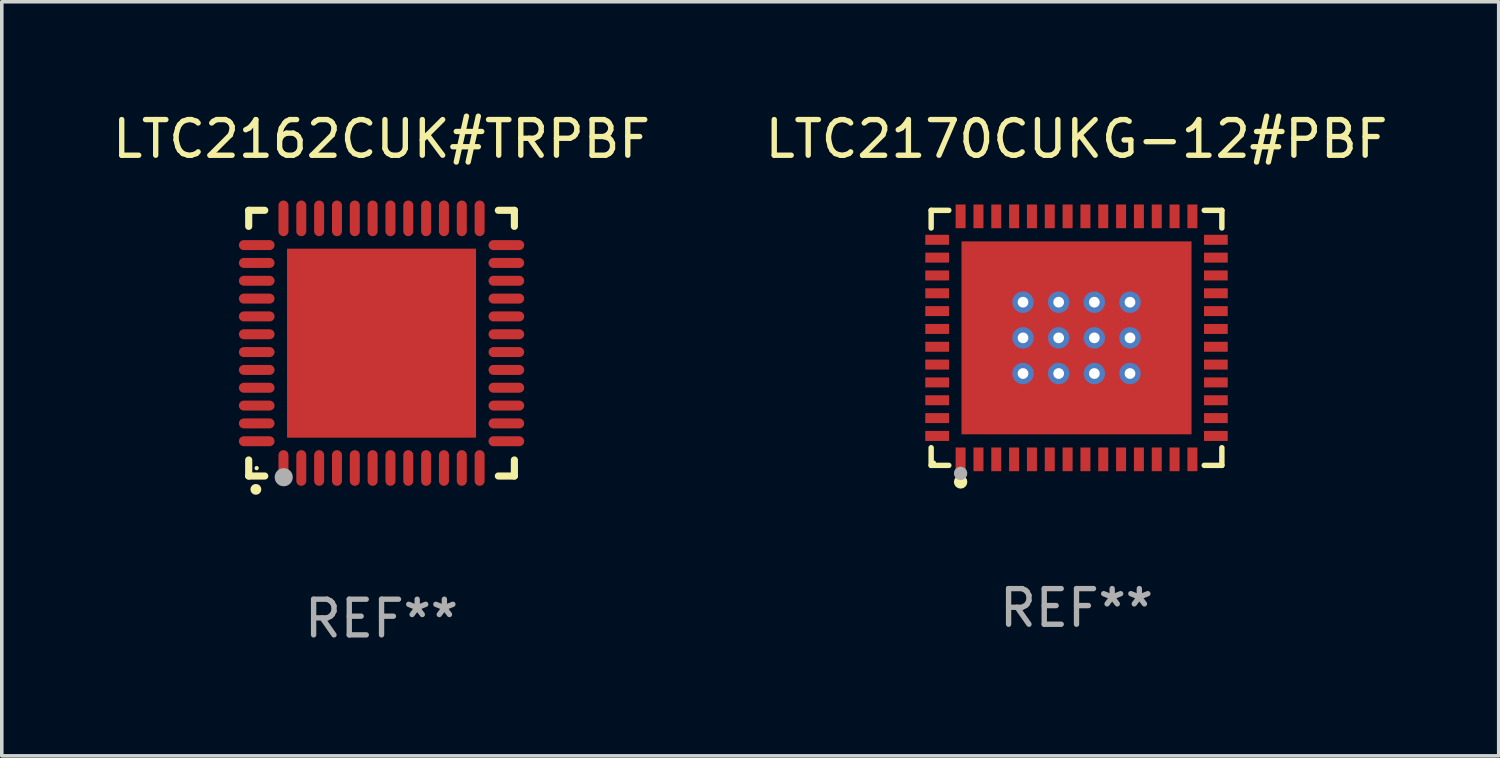
<source format=kicad_pcb>
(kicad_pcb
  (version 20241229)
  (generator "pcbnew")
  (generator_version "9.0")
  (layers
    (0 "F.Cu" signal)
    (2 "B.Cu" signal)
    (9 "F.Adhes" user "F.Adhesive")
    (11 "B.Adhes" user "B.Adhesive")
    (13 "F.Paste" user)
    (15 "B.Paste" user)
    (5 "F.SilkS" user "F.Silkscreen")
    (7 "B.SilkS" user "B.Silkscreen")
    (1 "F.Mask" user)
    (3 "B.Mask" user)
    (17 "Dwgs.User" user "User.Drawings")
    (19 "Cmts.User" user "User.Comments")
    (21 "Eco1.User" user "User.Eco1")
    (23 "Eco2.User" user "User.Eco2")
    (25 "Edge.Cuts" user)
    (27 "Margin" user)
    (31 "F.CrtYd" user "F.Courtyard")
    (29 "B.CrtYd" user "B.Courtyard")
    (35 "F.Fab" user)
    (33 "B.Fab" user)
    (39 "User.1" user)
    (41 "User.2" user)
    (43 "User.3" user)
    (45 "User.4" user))
  (footprint "LTC2170CUKG-12#PBF"
    (layer "F.Cu")
    (at 27.137 6.424)
    (property "Reference" "LTC2170CUKG-12#PBF" (at 0 -5.576 0) (layer "F.SilkS") (effects (font (size 1 1) (thickness 0.15))))
    (attr through_hole)
    (fp_line (start -4.076 -3.576) (end -3.581 -3.576) (stroke (width 0.152) (type solid)) (layer "F.SilkS"))
    (fp_line (start -4.076 -3.081) (end -4.076 -3.576) (stroke (width 0.152) (type solid)) (layer "F.SilkS"))
    (fp_line (start -4.076 3.081) (end -4.076 3.576) (stroke (width 0.152) (type solid)) (layer "F.SilkS"))
    (fp_line (start -4.076 3.576) (end -3.581 3.576) (stroke (width 0.152) (type solid)) (layer "F.SilkS"))
    (fp_line (start 4.076 -3.576) (end 3.581 -3.576) (stroke (width 0.152) (type solid)) (layer "F.SilkS"))
    (fp_line (start 4.076 -3.081) (end 4.076 -3.576) (stroke (width 0.152) (type solid)) (layer "F.SilkS"))
    (fp_line (start 4.076 3.081) (end 4.076 3.576) (stroke (width 0.152) (type solid)) (layer "F.SilkS"))
    (fp_line (start 4.076 3.576) (end 3.581 3.576) (stroke (width 0.152) (type solid)) (layer "F.SilkS"))
    (fp_circle (center -4 3.5) (end -3.97 3.5) (stroke (width 0.06) (type solid)) (fill no) (layer "F.SilkS"))
    (fp_circle (center -3.25 4.04) (end -3.156 4.04) (stroke (width 0.188) (type solid)) (fill no) (layer "F.SilkS"))
    (fp_circle (center -3.25 3.8) (end -3.156 3.8) (stroke (width 0.188) (type solid)) (fill no) (layer "F.Fab"))
    (fp_text user "REF**" (at 0 7.576 0) (layer "F.Fab") (effects (font (size 1 1) (thickness 0.15))))
    (pad "1" smd rect (at -3.25 3.407) (size 0.28 0.665) (layers "F.Cu" "F.Mask" "F.Paste"))
    (pad "2" smd rect (at -2.75 3.407) (size 0.28 0.665) (layers "F.Cu" "F.Mask" "F.Paste"))
    (pad "3" smd rect (at -2.25 3.407) (size 0.28 0.665) (layers "F.Cu" "F.Mask" "F.Paste"))
    (pad "4" smd rect (at -1.75 3.407) (size 0.28 0.665) (layers "F.Cu" "F.Mask" "F.Paste"))
    (pad "5" smd rect (at -1.25 3.407) (size 0.28 0.665) (layers "F.Cu" "F.Mask" "F.Paste"))
    (pad "6" smd rect (at -0.75 3.407) (size 0.28 0.665) (layers "F.Cu" "F.Mask" "F.Paste"))
    (pad "7" smd rect (at -0.25 3.407) (size 0.28 0.665) (layers "F.Cu" "F.Mask" "F.Paste"))
    (pad "8" smd rect (at 0.25 3.407) (size 0.28 0.665) (layers "F.Cu" "F.Mask" "F.Paste"))
    (pad "9" smd rect (at 0.75 3.407) (size 0.28 0.665) (layers "F.Cu" "F.Mask" "F.Paste"))
    (pad "10" smd rect (at 1.25 3.407) (size 0.28 0.665) (layers "F.Cu" "F.Mask" "F.Paste"))
    (pad "11" smd rect (at 1.75 3.407) (size 0.28 0.665) (layers "F.Cu" "F.Mask" "F.Paste"))
    (pad "12" smd rect (at 2.25 3.407) (size 0.28 0.665) (layers "F.Cu" "F.Mask" "F.Paste"))
    (pad "13" smd rect (at 2.75 3.407) (size 0.28 0.665) (layers "F.Cu" "F.Mask" "F.Paste"))
    (pad "14" smd rect (at 3.25 3.407) (size 0.28 0.665) (layers "F.Cu" "F.Mask" "F.Paste"))
    (pad "15" smd rect (at 3.908 2.75) (size 0.665 0.28) (layers "F.Cu" "F.Mask" "F.Paste"))
    (pad "16" smd rect (at 3.908 2.25) (size 0.665 0.28) (layers "F.Cu" "F.Mask" "F.Paste"))
    (pad "17" smd rect (at 3.908 1.75) (size 0.665 0.28) (layers "F.Cu" "F.Mask" "F.Paste"))
    (pad "18" smd rect (at 3.908 1.25) (size 0.665 0.28) (layers "F.Cu" "F.Mask" "F.Paste"))
    (pad "19" smd rect (at 3.908 0.75) (size 0.665 0.28) (layers "F.Cu" "F.Mask" "F.Paste"))
    (pad "20" smd rect (at 3.908 0.25) (size 0.665 0.28) (layers "F.Cu" "F.Mask" "F.Paste"))
    (pad "21" smd rect (at 3.908 -0.25) (size 0.665 0.28) (layers "F.Cu" "F.Mask" "F.Paste"))
    (pad "22" smd rect (at 3.908 -0.75) (size 0.665 0.28) (layers "F.Cu" "F.Mask" "F.Paste"))
    (pad "23" smd rect (at 3.908 -1.25) (size 0.665 0.28) (layers "F.Cu" "F.Mask" "F.Paste"))
    (pad "24" smd rect (at 3.908 -1.75) (size 0.665 0.28) (layers "F.Cu" "F.Mask" "F.Paste"))
    (pad "25" smd rect (at 3.908 -2.25) (size 0.665 0.28) (layers "F.Cu" "F.Mask" "F.Paste"))
    (pad "26" smd rect (at 3.908 -2.75) (size 0.665 0.28) (layers "F.Cu" "F.Mask" "F.Paste"))
    (pad "27" smd rect (at 3.25 -3.407) (size 0.28 0.665) (layers "F.Cu" "F.Mask" "F.Paste"))
    (pad "28" smd rect (at 2.75 -3.407) (size 0.28 0.665) (layers "F.Cu" "F.Mask" "F.Paste"))
    (pad "29" smd rect (at 2.25 -3.407) (size 0.28 0.665) (layers "F.Cu" "F.Mask" "F.Paste"))
    (pad "30" smd rect (at 1.75 -3.407) (size 0.28 0.665) (layers "F.Cu" "F.Mask" "F.Paste"))
    (pad "31" smd rect (at 1.25 -3.407) (size 0.28 0.665) (layers "F.Cu" "F.Mask" "F.Paste"))
    (pad "32" smd rect (at 0.75 -3.407) (size 0.28 0.665) (layers "F.Cu" "F.Mask" "F.Paste"))
    (pad "33" smd rect (at 0.25 -3.407) (size 0.28 0.665) (layers "F.Cu" "F.Mask" "F.Paste"))
    (pad "34" smd rect (at -0.25 -3.407) (size 0.28 0.665) (layers "F.Cu" "F.Mask" "F.Paste"))
    (pad "35" smd rect (at -0.75 -3.407) (size 0.28 0.665) (layers "F.Cu" "F.Mask" "F.Paste"))
    (pad "36" smd rect (at -1.25 -3.407) (size 0.28 0.665) (layers "F.Cu" "F.Mask" "F.Paste"))
    (pad "37" smd rect (at -1.75 -3.407) (size 0.28 0.665) (layers "F.Cu" "F.Mask" "F.Paste"))
    (pad "38" smd rect (at -2.25 -3.407) (size 0.28 0.665) (layers "F.Cu" "F.Mask" "F.Paste"))
    (pad "39" smd rect (at -2.75 -3.407) (size 0.28 0.665) (layers "F.Cu" "F.Mask" "F.Paste"))
    (pad "40" smd rect (at -3.25 -3.407) (size 0.28 0.665) (layers "F.Cu" "F.Mask" "F.Paste"))
    (pad "41" smd rect (at -3.908 -2.75) (size 0.665 0.28) (layers "F.Cu" "F.Mask" "F.Paste"))
    (pad "42" smd rect (at -3.908 -2.25) (size 0.665 0.28) (layers "F.Cu" "F.Mask" "F.Paste"))
    (pad "43" smd rect (at -3.908 -1.75) (size 0.665 0.28) (layers "F.Cu" "F.Mask" "F.Paste"))
    (pad "44" smd rect (at -3.908 -1.25) (size 0.665 0.28) (layers "F.Cu" "F.Mask" "F.Paste"))
    (pad "45" smd rect (at -3.908 -0.75) (size 0.665 0.28) (layers "F.Cu" "F.Mask" "F.Paste"))
    (pad "46" smd rect (at -3.908 -0.25) (size 0.665 0.28) (layers "F.Cu" "F.Mask" "F.Paste"))
    (pad "47" smd rect (at -3.908 0.25) (size 0.665 0.28) (layers "F.Cu" "F.Mask" "F.Paste"))
    (pad "48" smd rect (at -3.908 0.75) (size 0.665 0.28) (layers "F.Cu" "F.Mask" "F.Paste"))
    (pad "49" smd rect (at -3.908 1.25) (size 0.665 0.28) (layers "F.Cu" "F.Mask" "F.Paste"))
    (pad "50" smd rect (at -3.908 1.75) (size 0.665 0.28) (layers "F.Cu" "F.Mask" "F.Paste"))
    (pad "51" smd rect (at -3.908 2.25) (size 0.665 0.28) (layers "F.Cu" "F.Mask" "F.Paste"))
    (pad "52" smd rect (at -3.908 2.75) (size 0.665 0.28) (layers "F.Cu" "F.Mask" "F.Paste"))
    (pad "53" thru_hole circle (at -1.5 -1) (size 0.6 0.6) (drill 0.3) (layers "*.Cu" "*.Mask"))
    (pad "53" thru_hole circle (at -1.5 0) (size 0.6 0.6) (drill 0.3) (layers "*.Cu" "*.Mask"))
    (pad "53" thru_hole circle (at -1.5 1) (size 0.6 0.6) (drill 0.3) (layers "*.Cu" "*.Mask"))
    (pad "53" thru_hole circle (at -0.5 -1) (size 0.6 0.6) (drill 0.3) (layers "*.Cu" "*.Mask"))
    (pad "53" thru_hole circle (at -0.5 0) (size 0.6 0.6) (drill 0.3) (layers "*.Cu" "*.Mask"))
    (pad "53" thru_hole circle (at -0.5 1) (size 0.6 0.6) (drill 0.3) (layers "*.Cu" "*.Mask"))
    (pad "53" smd rect (at 0 0) (size 6.45 5.41) (layers "F.Cu" "F.Mask" "F.Paste"))
    (pad "53" thru_hole circle (at 0.5 -1) (size 0.6 0.6) (drill 0.3) (layers "*.Cu" "*.Mask"))
    (pad "53" thru_hole circle (at 0.5 0) (size 0.6 0.6) (drill 0.3) (layers "*.Cu" "*.Mask"))
    (pad "53" thru_hole circle (at 0.5 1) (size 0.6 0.6) (drill 0.3) (layers "*.Cu" "*.Mask"))
    (pad "53" thru_hole circle (at 1.5 -1) (size 0.6 0.6) (drill 0.3) (layers "*.Cu" "*.Mask"))
    (pad "53" thru_hole circle (at 1.5 0) (size 0.6 0.6) (drill 0.3) (layers "*.Cu" "*.Mask"))
    (pad "53" thru_hole circle (at 1.5 1) (size 0.6 0.6) (drill 0.3) (layers "*.Cu" "*.Mask")))
  (footprint "LTC2162CUK#TRPBF"
    (layer "F.Cu")
    (at 7.649 6.573)
    (property "Reference" "LTC2162CUK#TRPBF" (at 0 -5.725 0) (layer "F.SilkS") (effects (font (size 1 1) (thickness 0.15))))
    (attr through_hole)
    (fp_line (start -3.725 -3.725) (end -3.275 -3.725) (stroke (width 0.2) (type solid)) (layer "F.SilkS"))
    (fp_line (start -3.725 -3.275) (end -3.725 -3.725) (stroke (width 0.2) (type solid)) (layer "F.SilkS"))
    (fp_line (start -3.725 3.725) (end -3.725 3.275) (stroke (width 0.2) (type solid)) (layer "F.SilkS"))
    (fp_line (start -3.275 3.725) (end -3.725 3.725) (stroke (width 0.2) (type solid)) (layer "F.SilkS"))
    (fp_line (start 3.275 3.725) (end 3.725 3.725) (stroke (width 0.2) (type solid)) (layer "F.SilkS"))
    (fp_line (start 3.725 -3.725) (end 3.275 -3.725) (stroke (width 0.2) (type solid)) (layer "F.SilkS"))
    (fp_line (start 3.725 -3.275) (end 3.725 -3.725) (stroke (width 0.2) (type solid)) (layer "F.SilkS"))
    (fp_line (start 3.725 3.725) (end 3.725 3.275) (stroke (width 0.2) (type solid)) (layer "F.SilkS"))
    (fp_arc (start -3.525527 4.099568) (mid -3.524257 4.099563) (end -3.522987 4.099568) (stroke (width 0.3) (type solid)) (layer "F.SilkS"))
    (fp_circle (center -3.502 3.504) (end -3.472 3.504) (stroke (width 0.06) (type solid)) (fill no) (layer "F.SilkS"))
    (fp_circle (center -2.743 3.759) (end -2.616 3.759) (stroke (width 0.254) (type solid)) (fill no) (layer "F.Fab"))
    (fp_text user "REF**" (at 0 7.725 0) (layer "F.Fab") (effects (font (size 1 1) (thickness 0.15))))
    (pad "1" smd oval (at -2.75 3.5) (size 0.28 1) (layers "F.Cu" "F.Mask" "F.Paste"))
    (pad "2" smd oval (at -2.25 3.5) (size 0.28 1) (layers "F.Cu" "F.Mask" "F.Paste"))
    (pad "3" smd oval (at -1.75 3.5) (size 0.28 1) (layers "F.Cu" "F.Mask" "F.Paste"))
    (pad "4" smd oval (at -1.25 3.5) (size 0.28 1) (layers "F.Cu" "F.Mask" "F.Paste"))
    (pad "5" smd oval (at -0.75 3.5) (size 0.28 1) (layers "F.Cu" "F.Mask" "F.Paste"))
    (pad "6" smd oval (at -0.25 3.5) (size 0.28 1) (layers "F.Cu" "F.Mask" "F.Paste"))
    (pad "7" smd oval (at 0.25 3.5) (size 0.28 1) (layers "F.Cu" "F.Mask" "F.Paste"))
    (pad "8" smd oval (at 0.75 3.5) (size 0.28 1) (layers "F.Cu" "F.Mask" "F.Paste"))
    (pad "9" smd oval (at 1.25 3.5) (size 0.28 1) (layers "F.Cu" "F.Mask" "F.Paste"))
    (pad "10" smd oval (at 1.75 3.5) (size 0.28 1) (layers "F.Cu" "F.Mask" "F.Paste"))
    (pad "11" smd oval (at 2.25 3.5) (size 0.28 1) (layers "F.Cu" "F.Mask" "F.Paste"))
    (pad "12" smd oval (at 2.75 3.5) (size 0.28 1) (layers "F.Cu" "F.Mask" "F.Paste"))
    (pad "13" smd oval (at 3.5 2.75) (size 1 0.28) (layers "F.Cu" "F.Mask" "F.Paste"))
    (pad "14" smd oval (at 3.5 2.25) (size 1 0.28) (layers "F.Cu" "F.Mask" "F.Paste"))
    (pad "15" smd oval (at 3.5 1.75) (size 1 0.28) (layers "F.Cu" "F.Mask" "F.Paste"))
    (pad "16" smd oval (at 3.5 1.25) (size 1 0.28) (layers "F.Cu" "F.Mask" "F.Paste"))
    (pad "17" smd oval (at 3.5 0.75) (size 1 0.28) (layers "F.Cu" "F.Mask" "F.Paste"))
    (pad "18" smd oval (at 3.5 0.25) (size 1 0.28) (layers "F.Cu" "F.Mask" "F.Paste"))
    (pad "19" smd oval (at 3.5 -0.25) (size 1 0.28) (layers "F.Cu" "F.Mask" "F.Paste"))
    (pad "20" smd oval (at 3.5 -0.75) (size 1 0.28) (layers "F.Cu" "F.Mask" "F.Paste"))
    (pad "21" smd oval (at 3.5 -1.25) (size 1 0.28) (layers "F.Cu" "F.Mask" "F.Paste"))
    (pad "22" smd oval (at 3.5 -1.75) (size 1 0.28) (layers "F.Cu" "F.Mask" "F.Paste"))
    (pad "23" smd oval (at 3.5 -2.25) (size 1 0.28) (layers "F.Cu" "F.Mask" "F.Paste"))
    (pad "24" smd oval (at 3.5 -2.75) (size 1 0.28) (layers "F.Cu" "F.Mask" "F.Paste"))
    (pad "25" smd oval (at 2.75 -3.5) (size 0.28 1) (layers "F.Cu" "F.Mask" "F.Paste"))
    (pad "26" smd oval (at 2.25 -3.5) (size 0.28 1) (layers "F.Cu" "F.Mask" "F.Paste"))
    (pad "27" smd oval (at 1.75 -3.5) (size 0.28 1) (layers "F.Cu" "F.Mask" "F.Paste"))
    (pad "28" smd oval (at 1.25 -3.5) (size 0.28 1) (layers "F.Cu" "F.Mask" "F.Paste"))
    (pad "29" smd oval (at 0.75 -3.5) (size 0.28 1) (layers "F.Cu" "F.Mask" "F.Paste"))
    (pad "30" smd oval (at 0.25 -3.5) (size 0.28 1) (layers "F.Cu" "F.Mask" "F.Paste"))
    (pad "31" smd oval (at -0.25 -3.5) (size 0.28 1) (layers "F.Cu" "F.Mask" "F.Paste"))
    (pad "32" smd oval (at -0.75 -3.5) (size 0.28 1) (layers "F.Cu" "F.Mask" "F.Paste"))
    (pad "33" smd oval (at -1.25 -3.5) (size 0.28 1) (layers "F.Cu" "F.Mask" "F.Paste"))
    (pad "34" smd oval (at -1.75 -3.5) (size 0.28 1) (layers "F.Cu" "F.Mask" "F.Paste"))
    (pad "35" smd oval (at -2.25 -3.5) (size 0.28 1) (layers "F.Cu" "F.Mask" "F.Paste"))
    (pad "36" smd oval (at -2.75 -3.5) (size 0.28 1) (layers "F.Cu" "F.Mask" "F.Paste"))
    (pad "37" smd oval (at -3.5 -2.75) (size 1 0.28) (layers "F.Cu" "F.Mask" "F.Paste"))
    (pad "38" smd oval (at -3.5 -2.25) (size 1 0.28) (layers "F.Cu" "F.Mask" "F.Paste"))
    (pad "39" smd oval (at -3.5 -1.75) (size 1 0.28) (layers "F.Cu" "F.Mask" "F.Paste"))
    (pad "40" smd oval (at -3.5 -1.25) (size 1 0.28) (layers "F.Cu" "F.Mask" "F.Paste"))
    (pad "41" smd oval (at -3.5 -0.75) (size 1 0.28) (layers "F.Cu" "F.Mask" "F.Paste"))
    (pad "42" smd oval (at -3.5 -0.25) (size 1 0.28) (layers "F.Cu" "F.Mask" "F.Paste"))
    (pad "43" smd oval (at -3.5 0.25) (size 1 0.28) (layers "F.Cu" "F.Mask" "F.Paste"))
    (pad "44" smd oval (at -3.5 0.75) (size 1 0.28) (layers "F.Cu" "F.Mask" "F.Paste"))
    (pad "45" smd oval (at -3.5 1.25) (size 1 0.28) (layers "F.Cu" "F.Mask" "F.Paste"))
    (pad "46" smd oval (at -3.5 1.75) (size 1 0.28) (layers "F.Cu" "F.Mask" "F.Paste"))
    (pad "47" smd oval (at -3.5 2.25) (size 1 0.28) (layers "F.Cu" "F.Mask" "F.Paste"))
    (pad "48" smd oval (at -3.5 2.75) (size 1 0.28) (layers "F.Cu" "F.Mask" "F.Paste"))
    (pad "49" smd rect (at 0 0) (size 5.3 5.3) (layers "F.Cu" "F.Mask" "F.Paste")))
  (gr_rect
    (start -3 -3)
    (end 38.976 18.146)
    (stroke (width 0.1) (type default))
    (fill no)
    (layer "Edge.Cuts")))
</source>
